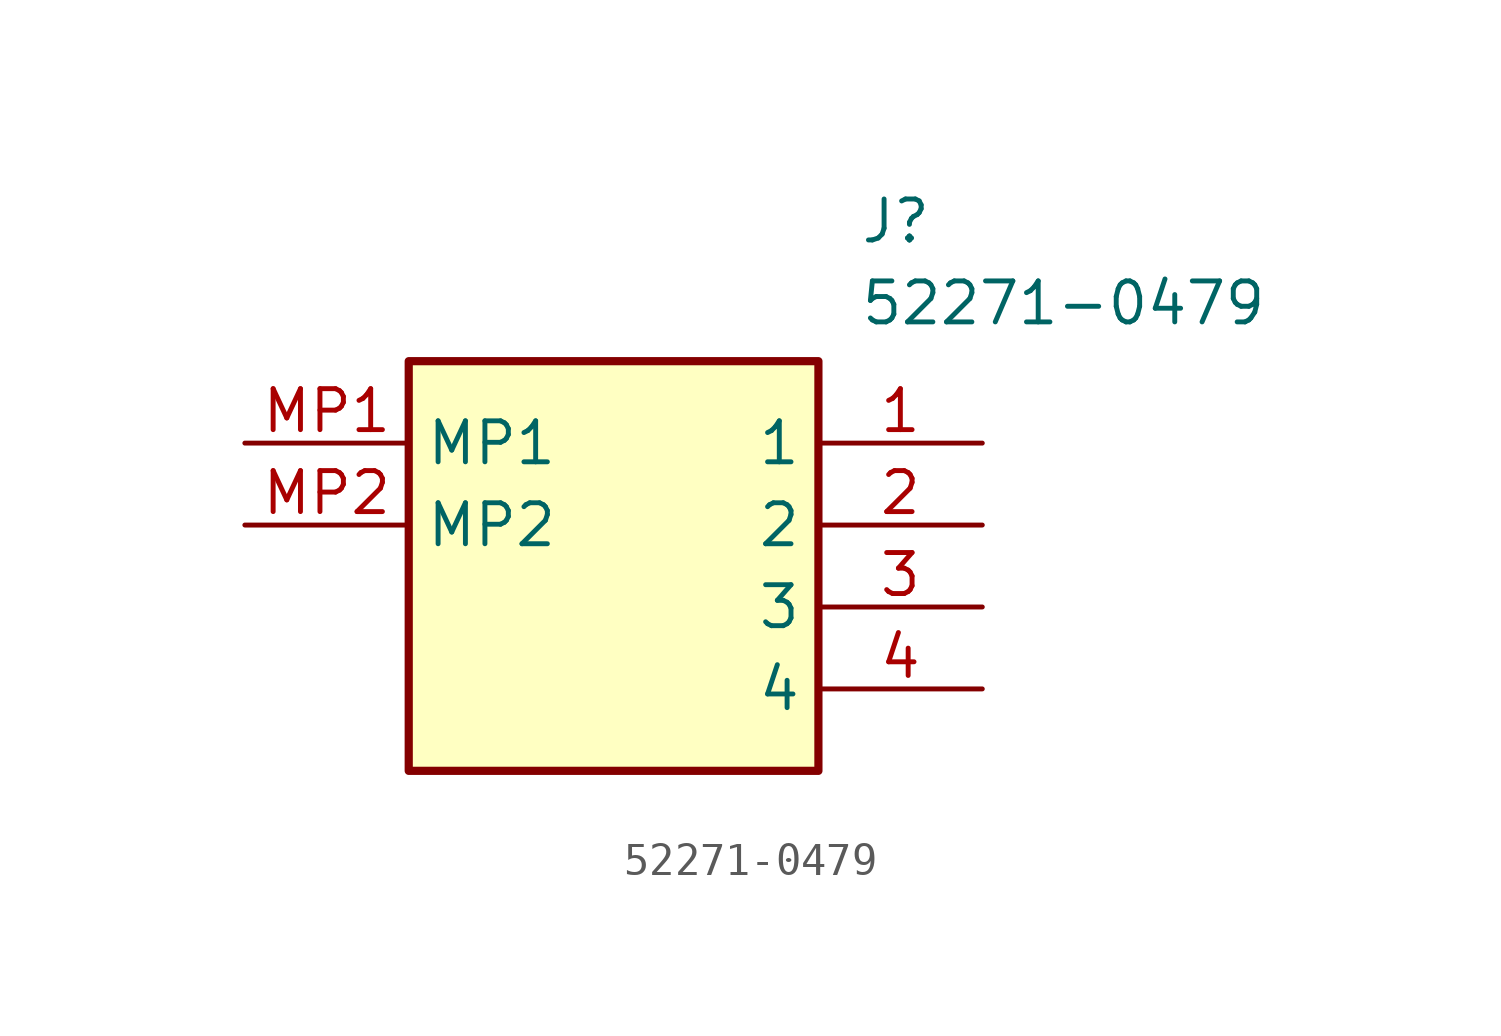
<source format=kicad_sym>
(kicad_symbol_lib
  (version 20211014)
  (generator SamacSys_ECAD_Model)
  (symbol "52271-0479"
    (property "Reference" "J"
      (at 19.05 7.62 0)
      (effects (font (size 1.27 1.27)) (justify left top)))
    (property "Value" "52271-0479"
      (at 19.05 5.08 0)
      (effects (font (size 1.27 1.27)) (justify left top)))
    (rectangle
      (start 5.08 2.54)
      (end 17.78 -10.16)
      (stroke (width 0.254) (type default))
      (fill (type background)))
    (pin passive line
      (at 22.86 0 180)
      (length 5.08)
      (name "1" (effects (font (size 1.27 1.27))))
      (number "1" (effects (font (size 1.27 1.27)))))
    (pin passive line
      (at 22.86 -2.54 180)
      (length 5.08)
      (name "2" (effects (font (size 1.27 1.27))))
      (number "2" (effects (font (size 1.27 1.27)))))
    (pin passive line
      (at 22.86 -5.08 180)
      (length 5.08)
      (name "3" (effects (font (size 1.27 1.27))))
      (number "3" (effects (font (size 1.27 1.27)))))
    (pin passive line
      (at 22.86 -7.62 180)
      (length 5.08)
      (name "4" (effects (font (size 1.27 1.27))))
      (number "4" (effects (font (size 1.27 1.27)))))
    (pin passive line
      (at 0 0 0)
      (length 5.08)
      (name "MP1" (effects (font (size 1.27 1.27))))
      (number "MP1" (effects (font (size 1.27 1.27)))))
    (pin passive line
      (at 0 -2.54 0)
      (length 5.08)
      (name "MP2" (effects (font (size 1.27 1.27))))
      (number "MP2" (effects (font (size 1.27 1.27)))))))
</source>
